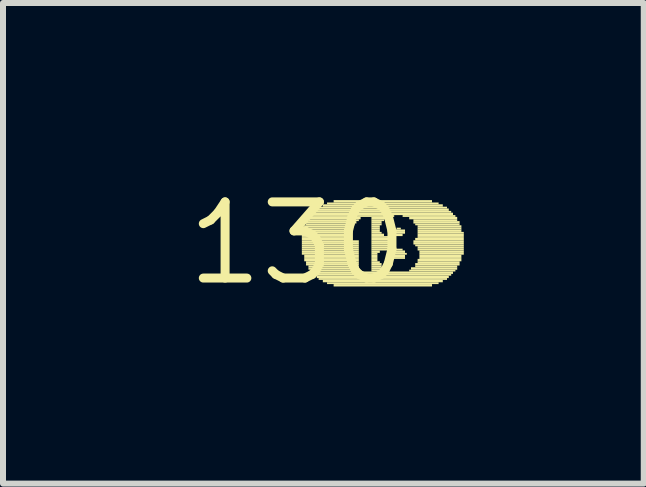
<source format=kicad_pcb>
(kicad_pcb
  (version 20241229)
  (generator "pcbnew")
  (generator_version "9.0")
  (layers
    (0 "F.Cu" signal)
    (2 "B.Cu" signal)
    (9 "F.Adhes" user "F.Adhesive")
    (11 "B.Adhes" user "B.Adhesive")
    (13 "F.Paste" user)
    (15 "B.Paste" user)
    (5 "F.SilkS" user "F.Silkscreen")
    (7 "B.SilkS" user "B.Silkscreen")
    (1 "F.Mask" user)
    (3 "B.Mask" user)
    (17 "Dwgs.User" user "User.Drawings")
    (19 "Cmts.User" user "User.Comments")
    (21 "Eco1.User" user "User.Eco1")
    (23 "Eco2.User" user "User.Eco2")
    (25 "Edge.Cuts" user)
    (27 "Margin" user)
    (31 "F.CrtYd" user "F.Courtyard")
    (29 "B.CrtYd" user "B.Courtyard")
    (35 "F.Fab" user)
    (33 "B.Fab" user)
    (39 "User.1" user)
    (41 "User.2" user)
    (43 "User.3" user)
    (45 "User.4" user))
  (footprint "130"
    (layer "F.Cu")
    (at 1.912 1.006)
    (property "Reference" "130" (at 0 0 0) (layer "F.SilkS") (effects (font (size 1.27 1.27) (thickness 0.15))))
    (fp_poly (pts (xy 0.07 -0.16) (xy 0.81 -0.16) (xy 0.81 -0.19) (xy 0.07 -0.19)) (stroke (width 0) (type default)) (fill yes) (layer "F.SilkS"))
    (fp_poly (pts (xy 0.07 -0.12) (xy 0.81 -0.12) (xy 0.81 -0.16) (xy 0.07 -0.16)) (stroke (width 0) (type default)) (fill yes) (layer "F.SilkS"))
    (fp_poly (pts (xy 0.07 -0.09) (xy 0.81 -0.09) (xy 0.81 -0.12) (xy 0.07 -0.12)) (stroke (width 0) (type default)) (fill yes) (layer "F.SilkS"))
    (fp_poly (pts (xy 0.07 -0.05) (xy 0.84 -0.05) (xy 0.84 -0.09) (xy 0.07 -0.09)) (stroke (width 0) (type default)) (fill yes) (layer "F.SilkS"))
    (fp_poly (pts (xy 0.07 -0.02) (xy 1.02 -0.02) (xy 1.02 -0.05) (xy 0.07 -0.05)) (stroke (width 0) (type default)) (fill yes) (layer "F.SilkS"))
    (fp_poly (pts (xy 0.07 0.02) (xy 1.02 0.02) (xy 1.02 -0.02) (xy 0.07 -0.02)) (stroke (width 0) (type default)) (fill yes) (layer "F.SilkS"))
    (fp_poly (pts (xy 0.07 0.05) (xy 1.02 0.05) (xy 1.02 0.02) (xy 0.07 0.02)) (stroke (width 0) (type default)) (fill yes) (layer "F.SilkS"))
    (fp_poly (pts (xy 0.07 0.09) (xy 1.02 0.09) (xy 1.02 0.05) (xy 0.07 0.05)) (stroke (width 0) (type default)) (fill yes) (layer "F.SilkS"))
    (fp_poly (pts (xy 0.07 0.12) (xy 1.02 0.12) (xy 1.02 0.09) (xy 0.07 0.09)) (stroke (width 0) (type default)) (fill yes) (layer "F.SilkS"))
    (fp_poly (pts (xy 0.07 0.16) (xy 1.02 0.16) (xy 1.02 0.12) (xy 0.07 0.12)) (stroke (width 0) (type default)) (fill yes) (layer "F.SilkS"))
    (fp_poly (pts (xy 0.07 0.19) (xy 1.02 0.19) (xy 1.02 0.16) (xy 0.07 0.16)) (stroke (width 0) (type default)) (fill yes) (layer "F.SilkS"))
    (fp_poly (pts (xy 0.11 -0.26) (xy 0.91 -0.26) (xy 0.91 -0.3) (xy 0.11 -0.3)) (stroke (width 0) (type default)) (fill yes) (layer "F.SilkS"))
    (fp_poly (pts (xy 0.11 -0.23) (xy 0.88 -0.23) (xy 0.88 -0.26) (xy 0.11 -0.26)) (stroke (width 0) (type default)) (fill yes) (layer "F.SilkS"))
    (fp_poly (pts (xy 0.11 -0.19) (xy 0.84 -0.19) (xy 0.84 -0.23) (xy 0.11 -0.23)) (stroke (width 0) (type default)) (fill yes) (layer "F.SilkS"))
    (fp_poly (pts (xy 0.11 0.23) (xy 1.02 0.23) (xy 1.02 0.19) (xy 0.11 0.19)) (stroke (width 0) (type default)) (fill yes) (layer "F.SilkS"))
    (fp_poly (pts (xy 0.11 0.26) (xy 1.02 0.26) (xy 1.02 0.23) (xy 0.11 0.23)) (stroke (width 0) (type default)) (fill yes) (layer "F.SilkS"))
    (fp_poly (pts (xy 0.11 0.3) (xy 1.02 0.3) (xy 1.02 0.26) (xy 0.11 0.26)) (stroke (width 0) (type default)) (fill yes) (layer "F.SilkS"))
    (fp_poly (pts (xy 0.14 -0.33) (xy 0.98 -0.33) (xy 0.98 -0.37) (xy 0.14 -0.37)) (stroke (width 0) (type default)) (fill yes) (layer "F.SilkS"))
    (fp_poly (pts (xy 0.14 -0.3) (xy 0.95 -0.3) (xy 0.95 -0.33) (xy 0.14 -0.33)) (stroke (width 0) (type default)) (fill yes) (layer "F.SilkS"))
    (fp_poly (pts (xy 0.14 0.33) (xy 1.02 0.33) (xy 1.02 0.3) (xy 0.14 0.3)) (stroke (width 0) (type default)) (fill yes) (layer "F.SilkS"))
    (fp_poly (pts (xy 0.14 0.37) (xy 1.02 0.37) (xy 1.02 0.33) (xy 0.14 0.33)) (stroke (width 0) (type default)) (fill yes) (layer "F.SilkS"))
    (fp_poly (pts (xy 0.18 -0.4) (xy 1.05 -0.4) (xy 1.05 -0.44) (xy 0.18 -0.44)) (stroke (width 0) (type default)) (fill yes) (layer "F.SilkS"))
    (fp_poly (pts (xy 0.18 -0.37) (xy 1.02 -0.37) (xy 1.02 -0.4) (xy 0.18 -0.4)) (stroke (width 0) (type default)) (fill yes) (layer "F.SilkS"))
    (fp_poly (pts (xy 0.18 0.4) (xy 1.02 0.4) (xy 1.02 0.37) (xy 0.18 0.37)) (stroke (width 0) (type default)) (fill yes) (layer "F.SilkS"))
    (fp_poly (pts (xy 0.18 0.44) (xy 1.02 0.44) (xy 1.02 0.4) (xy 0.18 0.4)) (stroke (width 0) (type default)) (fill yes) (layer "F.SilkS"))
    (fp_poly (pts (xy 0.21 -0.44) (xy 1.61 -0.44) (xy 1.61 -0.47) (xy 0.21 -0.47)) (stroke (width 0) (type default)) (fill yes) (layer "F.SilkS"))
    (fp_poly (pts (xy 0.21 0.47) (xy 1.05 0.47) (xy 1.05 0.44) (xy 0.21 0.44)) (stroke (width 0) (type default)) (fill yes) (layer "F.SilkS"))
    (fp_poly (pts (xy 0.25 -0.47) (xy 2.59 -0.47) (xy 2.59 -0.51) (xy 0.25 -0.51)) (stroke (width 0) (type default)) (fill yes) (layer "F.SilkS"))
    (fp_poly (pts (xy 0.25 0.51) (xy 2.59 0.51) (xy 2.59 0.47) (xy 0.25 0.47)) (stroke (width 0) (type default)) (fill yes) (layer "F.SilkS"))
    (fp_poly (pts (xy 0.28 -0.51) (xy 2.56 -0.51) (xy 2.56 -0.54) (xy 0.28 -0.54)) (stroke (width 0) (type default)) (fill yes) (layer "F.SilkS"))
    (fp_poly (pts (xy 0.28 0.54) (xy 2.56 0.54) (xy 2.56 0.51) (xy 0.28 0.51)) (stroke (width 0) (type default)) (fill yes) (layer "F.SilkS"))
    (fp_poly (pts (xy 0.32 -0.54) (xy 2.52 -0.54) (xy 2.52 -0.58) (xy 0.32 -0.58)) (stroke (width 0) (type default)) (fill yes) (layer "F.SilkS"))
    (fp_poly (pts (xy 0.32 0.58) (xy 2.52 0.58) (xy 2.52 0.54) (xy 0.32 0.54)) (stroke (width 0) (type default)) (fill yes) (layer "F.SilkS"))
    (fp_poly (pts (xy 0.35 -0.58) (xy 2.49 -0.58) (xy 2.49 -0.61) (xy 0.35 -0.61)) (stroke (width 0) (type default)) (fill yes) (layer "F.SilkS"))
    (fp_poly (pts (xy 0.35 0.61) (xy 2.49 0.61) (xy 2.49 0.58) (xy 0.35 0.58)) (stroke (width 0) (type default)) (fill yes) (layer "F.SilkS"))
    (fp_poly (pts (xy 0.42 -0.61) (xy 2.42 -0.61) (xy 2.42 -0.65) (xy 0.42 -0.65)) (stroke (width 0) (type default)) (fill yes) (layer "F.SilkS"))
    (fp_poly (pts (xy 0.42 0.65) (xy 2.42 0.65) (xy 2.42 0.61) (xy 0.42 0.61)) (stroke (width 0) (type default)) (fill yes) (layer "F.SilkS"))
    (fp_poly (pts (xy 0.49 -0.65) (xy 2.35 -0.65) (xy 2.35 -0.68) (xy 0.49 -0.68)) (stroke (width 0) (type default)) (fill yes) (layer "F.SilkS"))
    (fp_poly (pts (xy 0.49 0.68) (xy 2.35 0.68) (xy 2.35 0.65) (xy 0.49 0.65)) (stroke (width 0) (type default)) (fill yes) (layer "F.SilkS"))
    (fp_poly (pts (xy 0.6 -0.68) (xy 2.24 -0.68) (xy 2.24 -0.72) (xy 0.6 -0.72)) (stroke (width 0) (type default)) (fill yes) (layer "F.SilkS"))
    (fp_poly (pts (xy 0.6 0.72) (xy 2.24 0.72) (xy 2.24 0.68) (xy 0.6 0.68)) (stroke (width 0) (type default)) (fill yes) (layer "F.SilkS"))
    (fp_poly (pts (xy 1.23 -0.4) (xy 1.51 -0.4) (xy 1.51 -0.44) (xy 1.23 -0.44)) (stroke (width 0) (type default)) (fill yes) (layer "F.SilkS"))
    (fp_poly (pts (xy 1.23 -0.37) (xy 1.44 -0.37) (xy 1.44 -0.4) (xy 1.23 -0.4)) (stroke (width 0) (type default)) (fill yes) (layer "F.SilkS"))
    (fp_poly (pts (xy 1.23 -0.33) (xy 1.4 -0.33) (xy 1.4 -0.37) (xy 1.23 -0.37)) (stroke (width 0) (type default)) (fill yes) (layer "F.SilkS"))
    (fp_poly (pts (xy 1.23 -0.3) (xy 1.4 -0.3) (xy 1.4 -0.33) (xy 1.23 -0.33)) (stroke (width 0) (type default)) (fill yes) (layer "F.SilkS"))
    (fp_poly (pts (xy 1.23 -0.26) (xy 1.37 -0.26) (xy 1.37 -0.3) (xy 1.23 -0.3)) (stroke (width 0) (type default)) (fill yes) (layer "F.SilkS"))
    (fp_poly (pts (xy 1.23 -0.23) (xy 1.37 -0.23) (xy 1.37 -0.26) (xy 1.23 -0.26)) (stroke (width 0) (type default)) (fill yes) (layer "F.SilkS"))
    (fp_poly (pts (xy 1.23 -0.19) (xy 1.37 -0.19) (xy 1.37 -0.23) (xy 1.23 -0.23)) (stroke (width 0) (type default)) (fill yes) (layer "F.SilkS"))
    (fp_poly (pts (xy 1.23 -0.16) (xy 1.4 -0.16) (xy 1.4 -0.19) (xy 1.23 -0.19)) (stroke (width 0) (type default)) (fill yes) (layer "F.SilkS"))
    (fp_poly (pts (xy 1.23 -0.12) (xy 1.44 -0.12) (xy 1.44 -0.16) (xy 1.23 -0.16)) (stroke (width 0) (type default)) (fill yes) (layer "F.SilkS"))
    (fp_poly (pts (xy 1.23 -0.09) (xy 1.61 -0.09) (xy 1.61 -0.12) (xy 1.23 -0.12)) (stroke (width 0) (type default)) (fill yes) (layer "F.SilkS"))
    (fp_poly (pts (xy 1.23 -0.05) (xy 1.58 -0.05) (xy 1.58 -0.09) (xy 1.23 -0.09)) (stroke (width 0) (type default)) (fill yes) (layer "F.SilkS"))
    (fp_poly (pts (xy 1.23 -0.02) (xy 1.58 -0.02) (xy 1.58 -0.05) (xy 1.23 -0.05)) (stroke (width 0) (type default)) (fill yes) (layer "F.SilkS"))
    (fp_poly (pts (xy 1.23 0.02) (xy 1.58 0.02) (xy 1.58 -0.02) (xy 1.23 -0.02)) (stroke (width 0) (type default)) (fill yes) (layer "F.SilkS"))
    (fp_poly (pts (xy 1.23 0.05) (xy 1.58 0.05) (xy 1.58 0.02) (xy 1.23 0.02)) (stroke (width 0) (type default)) (fill yes) (layer "F.SilkS"))
    (fp_poly (pts (xy 1.23 0.09) (xy 1.61 0.09) (xy 1.61 0.05) (xy 1.23 0.05)) (stroke (width 0) (type default)) (fill yes) (layer "F.SilkS"))
    (fp_poly (pts (xy 1.23 0.12) (xy 1.75 0.12) (xy 1.75 0.09) (xy 1.23 0.09)) (stroke (width 0) (type default)) (fill yes) (layer "F.SilkS"))
    (fp_poly (pts (xy 1.23 0.16) (xy 1.37 0.16) (xy 1.37 0.12) (xy 1.23 0.12)) (stroke (width 0) (type default)) (fill yes) (layer "F.SilkS"))
    (fp_poly (pts (xy 1.23 0.19) (xy 1.33 0.19) (xy 1.33 0.16) (xy 1.23 0.16)) (stroke (width 0) (type default)) (fill yes) (layer "F.SilkS"))
    (fp_poly (pts (xy 1.23 0.23) (xy 1.33 0.23) (xy 1.33 0.19) (xy 1.23 0.19)) (stroke (width 0) (type default)) (fill yes) (layer "F.SilkS"))
    (fp_poly (pts (xy 1.23 0.26) (xy 1.33 0.26) (xy 1.33 0.23) (xy 1.23 0.23)) (stroke (width 0) (type default)) (fill yes) (layer "F.SilkS"))
    (fp_poly (pts (xy 1.23 0.3) (xy 1.33 0.3) (xy 1.33 0.26) (xy 1.23 0.26)) (stroke (width 0) (type default)) (fill yes) (layer "F.SilkS"))
    (fp_poly (pts (xy 1.23 0.33) (xy 1.37 0.33) (xy 1.37 0.3) (xy 1.23 0.3)) (stroke (width 0) (type default)) (fill yes) (layer "F.SilkS"))
    (fp_poly (pts (xy 1.23 0.37) (xy 1.4 0.37) (xy 1.4 0.33) (xy 1.23 0.33)) (stroke (width 0) (type default)) (fill yes) (layer "F.SilkS"))
    (fp_poly (pts (xy 1.23 0.4) (xy 1.4 0.4) (xy 1.4 0.37) (xy 1.23 0.37)) (stroke (width 0) (type default)) (fill yes) (layer "F.SilkS"))
    (fp_poly (pts (xy 1.23 0.44) (xy 1.44 0.44) (xy 1.44 0.4) (xy 1.23 0.4)) (stroke (width 0) (type default)) (fill yes) (layer "F.SilkS"))
    (fp_poly (pts (xy 1.23 0.47) (xy 1.51 0.47) (xy 1.51 0.44) (xy 1.23 0.44)) (stroke (width 0) (type default)) (fill yes) (layer "F.SilkS"))
    (fp_poly (pts (xy 1.51 0.16) (xy 1.79 0.16) (xy 1.79 0.12) (xy 1.51 0.12)) (stroke (width 0) (type default)) (fill yes) (layer "F.SilkS"))
    (fp_poly (pts (xy 1.54 -0.12) (xy 1.75 -0.12) (xy 1.75 -0.16) (xy 1.54 -0.16)) (stroke (width 0) (type default)) (fill yes) (layer "F.SilkS"))
    (fp_poly (pts (xy 1.54 0.19) (xy 1.82 0.19) (xy 1.82 0.16) (xy 1.54 0.16)) (stroke (width 0) (type default)) (fill yes) (layer "F.SilkS"))
    (fp_poly (pts (xy 1.54 0.23) (xy 1.79 0.23) (xy 1.79 0.19) (xy 1.54 0.19)) (stroke (width 0) (type default)) (fill yes) (layer "F.SilkS"))
    (fp_poly (pts (xy 1.58 -0.19) (xy 1.79 -0.19) (xy 1.79 -0.23) (xy 1.58 -0.23)) (stroke (width 0) (type default)) (fill yes) (layer "F.SilkS"))
    (fp_poly (pts (xy 1.58 -0.16) (xy 1.79 -0.16) (xy 1.79 -0.19) (xy 1.58 -0.19)) (stroke (width 0) (type default)) (fill yes) (layer "F.SilkS"))
    (fp_poly (pts (xy 1.58 0.26) (xy 1.79 0.26) (xy 1.79 0.23) (xy 1.58 0.23)) (stroke (width 0) (type default)) (fill yes) (layer "F.SilkS"))
    (fp_poly (pts (xy 1.65 -0.23) (xy 1.72 -0.23) (xy 1.72 -0.26) (xy 1.65 -0.26)) (stroke (width 0) (type default)) (fill yes) (layer "F.SilkS"))
    (fp_poly (pts (xy 1.75 -0.44) (xy 2.63 -0.44) (xy 2.63 -0.47) (xy 1.75 -0.47)) (stroke (width 0) (type default)) (fill yes) (layer "F.SilkS"))
    (fp_poly (pts (xy 1.86 -0.4) (xy 2.66 -0.4) (xy 2.66 -0.44) (xy 1.86 -0.44)) (stroke (width 0) (type default)) (fill yes) (layer "F.SilkS"))
    (fp_poly (pts (xy 1.86 0.47) (xy 2.63 0.47) (xy 2.63 0.44) (xy 1.86 0.44)) (stroke (width 0) (type default)) (fill yes) (layer "F.SilkS"))
    (fp_poly (pts (xy 1.89 0.44) (xy 2.66 0.44) (xy 2.66 0.4) (xy 1.89 0.4)) (stroke (width 0) (type default)) (fill yes) (layer "F.SilkS"))
    (fp_poly (pts (xy 1.93 -0.37) (xy 2.66 -0.37) (xy 2.66 -0.4) (xy 1.93 -0.4)) (stroke (width 0) (type default)) (fill yes) (layer "F.SilkS"))
    (fp_poly (pts (xy 1.93 -0.33) (xy 2.7 -0.33) (xy 2.7 -0.37) (xy 1.93 -0.37)) (stroke (width 0) (type default)) (fill yes) (layer "F.SilkS"))
    (fp_poly (pts (xy 1.93 -0.02) (xy 2.77 -0.02) (xy 2.77 -0.05) (xy 1.93 -0.05)) (stroke (width 0) (type default)) (fill yes) (layer "F.SilkS"))
    (fp_poly (pts (xy 1.93 0.02) (xy 2.77 0.02) (xy 2.77 -0.02) (xy 1.93 -0.02)) (stroke (width 0) (type default)) (fill yes) (layer "F.SilkS"))
    (fp_poly (pts (xy 1.96 -0.3) (xy 2.7 -0.3) (xy 2.7 -0.33) (xy 1.96 -0.33)) (stroke (width 0) (type default)) (fill yes) (layer "F.SilkS"))
    (fp_poly (pts (xy 1.96 -0.05) (xy 2.77 -0.05) (xy 2.77 -0.09) (xy 1.96 -0.09)) (stroke (width 0) (type default)) (fill yes) (layer "F.SilkS"))
    (fp_poly (pts (xy 1.96 0.05) (xy 2.77 0.05) (xy 2.77 0.02) (xy 1.96 0.02)) (stroke (width 0) (type default)) (fill yes) (layer "F.SilkS"))
    (fp_poly (pts (xy 1.96 0.37) (xy 2.7 0.37) (xy 2.7 0.33) (xy 1.96 0.33)) (stroke (width 0) (type default)) (fill yes) (layer "F.SilkS"))
    (fp_poly (pts (xy 1.96 0.4) (xy 2.66 0.4) (xy 2.66 0.37) (xy 1.96 0.37)) (stroke (width 0) (type default)) (fill yes) (layer "F.SilkS"))
    (fp_poly (pts (xy 2 -0.26) (xy 2.73 -0.26) (xy 2.73 -0.3) (xy 2 -0.3)) (stroke (width 0) (type default)) (fill yes) (layer "F.SilkS"))
    (fp_poly (pts (xy 2 -0.23) (xy 2.73 -0.23) (xy 2.73 -0.26) (xy 2 -0.26)) (stroke (width 0) (type default)) (fill yes) (layer "F.SilkS"))
    (fp_poly (pts (xy 2 -0.19) (xy 2.73 -0.19) (xy 2.73 -0.23) (xy 2 -0.23)) (stroke (width 0) (type default)) (fill yes) (layer "F.SilkS"))
    (fp_poly (pts (xy 2 -0.16) (xy 2.77 -0.16) (xy 2.77 -0.19) (xy 2 -0.19)) (stroke (width 0) (type default)) (fill yes) (layer "F.SilkS"))
    (fp_poly (pts (xy 2 -0.12) (xy 2.77 -0.12) (xy 2.77 -0.16) (xy 2 -0.16)) (stroke (width 0) (type default)) (fill yes) (layer "F.SilkS"))
    (fp_poly (pts (xy 2 -0.09) (xy 2.77 -0.09) (xy 2.77 -0.12) (xy 2 -0.12)) (stroke (width 0) (type default)) (fill yes) (layer "F.SilkS"))
    (fp_poly (pts (xy 2 0.09) (xy 2.77 0.09) (xy 2.77 0.05) (xy 2 0.05)) (stroke (width 0) (type default)) (fill yes) (layer "F.SilkS"))
    (fp_poly (pts (xy 2 0.12) (xy 2.77 0.12) (xy 2.77 0.09) (xy 2 0.09)) (stroke (width 0) (type default)) (fill yes) (layer "F.SilkS"))
    (fp_poly (pts (xy 2 0.3) (xy 2.73 0.3) (xy 2.73 0.26) (xy 2 0.26)) (stroke (width 0) (type default)) (fill yes) (layer "F.SilkS"))
    (fp_poly (pts (xy 2 0.33) (xy 2.7 0.33) (xy 2.7 0.3) (xy 2 0.3)) (stroke (width 0) (type default)) (fill yes) (layer "F.SilkS"))
    (fp_poly (pts (xy 2.03 0.16) (xy 2.77 0.16) (xy 2.77 0.12) (xy 2.03 0.12)) (stroke (width 0) (type default)) (fill yes) (layer "F.SilkS"))
    (fp_poly (pts (xy 2.03 0.19) (xy 2.77 0.19) (xy 2.77 0.16) (xy 2.03 0.16)) (stroke (width 0) (type default)) (fill yes) (layer "F.SilkS"))
    (fp_poly (pts (xy 2.03 0.23) (xy 2.73 0.23) (xy 2.73 0.19) (xy 2.03 0.19)) (stroke (width 0) (type default)) (fill yes) (layer "F.SilkS"))
    (fp_poly (pts (xy 2.03 0.26) (xy 2.73 0.26) (xy 2.73 0.23) (xy 2.03 0.23)) (stroke (width 0) (type default)) (fill yes) (layer "F.SilkS")))
  (gr_rect
    (start -3 -3)
    (end 7.682 5.012)
    (stroke (width 0.1) (type default))
    (fill no)
    (layer "Edge.Cuts")))
</source>
